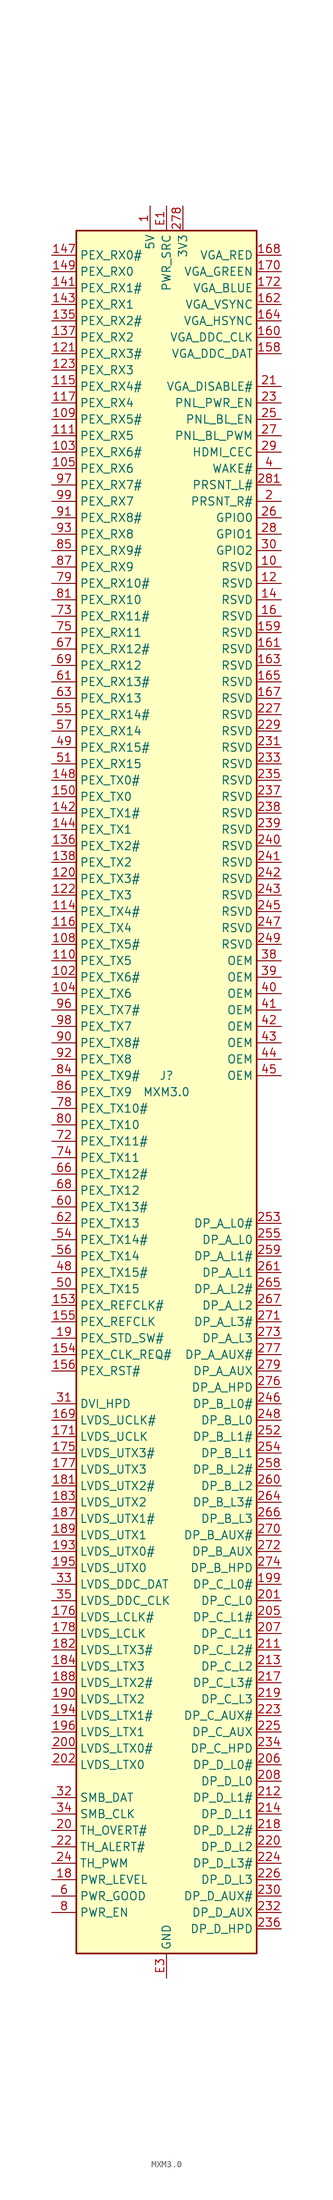
<source format=kicad_sym>
(kicad_symbol_lib
  (version 20241209)
  (generator "kicad_symbol_editor")
  (generator_version "9.0")
  (symbol "MXM3.0"
    (property "Reference" "J"
      (at 0 2.54 0)
      (effects (font (size 1.27 1.27))))
    (property "Value" "MXM3.0"
      (at 0 0 0)
      (effects (font (size 1.27 1.27))))
    (symbol "MXM3.0_1_1"
      (rectangle (start -13.97 133.35) (end 13.97 -133.35) (stroke (width 0.254) (type default)) (fill (type background)))
      (pin output line (at -17.78 129.54 0) (length 3.81) (name "PEX_RX0#" (effects (font (size 1.27 1.27)))) (number "147" (effects (font (size 1.27 1.27)))))
      (pin output line (at -17.78 127 0) (length 3.81) (name "PEX_RX0" (effects (font (size 1.27 1.27)))) (number "149" (effects (font (size 1.27 1.27)))))
      (pin output line (at -17.78 124.46 0) (length 3.81) (name "PEX_RX1#" (effects (font (size 1.27 1.27)))) (number "141" (effects (font (size 1.27 1.27)))))
      (pin output line (at -17.78 121.92 0) (length 3.81) (name "PEX_RX1" (effects (font (size 1.27 1.27)))) (number "143" (effects (font (size 1.27 1.27)))))
      (pin output line (at -17.78 119.38 0) (length 3.81) (name "PEX_RX2#" (effects (font (size 1.27 1.27)))) (number "135" (effects (font (size 1.27 1.27)))))
      (pin output line (at -17.78 116.84 0) (length 3.81) (name "PEX_RX2" (effects (font (size 1.27 1.27)))) (number "137" (effects (font (size 1.27 1.27)))))
      (pin output line (at -17.78 114.3 0) (length 3.81) (name "PEX_RX3#" (effects (font (size 1.27 1.27)))) (number "121" (effects (font (size 1.27 1.27)))))
      (pin output line (at -17.78 111.76 0) (length 3.81) (name "PEX_RX3" (effects (font (size 1.27 1.27)))) (number "123" (effects (font (size 1.27 1.27)))))
      (pin output line (at -17.78 109.22 0) (length 3.81) (name "PEX_RX4#" (effects (font (size 1.27 1.27)))) (number "115" (effects (font (size 1.27 1.27)))))
      (pin output line (at -17.78 106.68 0) (length 3.81) (name "PEX_RX4" (effects (font (size 1.27 1.27)))) (number "117" (effects (font (size 1.27 1.27)))))
      (pin output line (at -17.78 104.14 0) (length 3.81) (name "PEX_RX5#" (effects (font (size 1.27 1.27)))) (number "109" (effects (font (size 1.27 1.27)))))
      (pin output line (at -17.78 101.6 0) (length 3.81) (name "PEX_RX5" (effects (font (size 1.27 1.27)))) (number "111" (effects (font (size 1.27 1.27)))))
      (pin output line (at -17.78 99.06 0) (length 3.81) (name "PEX_RX6#" (effects (font (size 1.27 1.27)))) (number "103" (effects (font (size 1.27 1.27)))))
      (pin output line (at -17.78 96.52 0) (length 3.81) (name "PEX_RX6" (effects (font (size 1.27 1.27)))) (number "105" (effects (font (size 1.27 1.27)))))
      (pin output line (at -17.78 93.98 0) (length 3.81) (name "PEX_RX7#" (effects (font (size 1.27 1.27)))) (number "97" (effects (font (size 1.27 1.27)))))
      (pin output line (at -17.78 91.44 0) (length 3.81) (name "PEX_RX7" (effects (font (size 1.27 1.27)))) (number "99" (effects (font (size 1.27 1.27)))))
      (pin output line (at -17.78 88.9 0) (length 3.81) (name "PEX_RX8#" (effects (font (size 1.27 1.27)))) (number "91" (effects (font (size 1.27 1.27)))))
      (pin output line (at -17.78 86.36 0) (length 3.81) (name "PEX_RX8" (effects (font (size 1.27 1.27)))) (number "93" (effects (font (size 1.27 1.27)))))
      (pin output line (at -17.78 83.82 0) (length 3.81) (name "PEX_RX9#" (effects (font (size 1.27 1.27)))) (number "85" (effects (font (size 1.27 1.27)))))
      (pin output line (at -17.78 81.28 0) (length 3.81) (name "PEX_RX9" (effects (font (size 1.27 1.27)))) (number "87" (effects (font (size 1.27 1.27)))))
      (pin output line (at -17.78 78.74 0) (length 3.81) (name "PEX_RX10#" (effects (font (size 1.27 1.27)))) (number "79" (effects (font (size 1.27 1.27)))))
      (pin output line (at -17.78 76.2 0) (length 3.81) (name "PEX_RX10" (effects (font (size 1.27 1.27)))) (number "81" (effects (font (size 1.27 1.27)))))
      (pin output line (at -17.78 73.66 0) (length 3.81) (name "PEX_RX11#" (effects (font (size 1.27 1.27)))) (number "73" (effects (font (size 1.27 1.27)))))
      (pin output line (at -17.78 71.12 0) (length 3.81) (name "PEX_RX11" (effects (font (size 1.27 1.27)))) (number "75" (effects (font (size 1.27 1.27)))))
      (pin output line (at -17.78 68.58 0) (length 3.81) (name "PEX_RX12#" (effects (font (size 1.27 1.27)))) (number "67" (effects (font (size 1.27 1.27)))))
      (pin output line (at -17.78 66.04 0) (length 3.81) (name "PEX_RX12" (effects (font (size 1.27 1.27)))) (number "69" (effects (font (size 1.27 1.27)))))
      (pin output line (at -17.78 63.5 0) (length 3.81) (name "PEX_RX13#" (effects (font (size 1.27 1.27)))) (number "61" (effects (font (size 1.27 1.27)))))
      (pin output line (at -17.78 60.96 0) (length 3.81) (name "PEX_RX13" (effects (font (size 1.27 1.27)))) (number "63" (effects (font (size 1.27 1.27)))))
      (pin output line (at -17.78 58.42 0) (length 3.81) (name "PEX_RX14#" (effects (font (size 1.27 1.27)))) (number "55" (effects (font (size 1.27 1.27)))))
      (pin output line (at -17.78 55.88 0) (length 3.81) (name "PEX_RX14" (effects (font (size 1.27 1.27)))) (number "57" (effects (font (size 1.27 1.27)))))
      (pin output line (at -17.78 53.34 0) (length 3.81) (name "PEX_RX15#" (effects (font (size 1.27 1.27)))) (number "49" (effects (font (size 1.27 1.27)))))
      (pin output line (at -17.78 50.8 0) (length 3.81) (name "PEX_RX15" (effects (font (size 1.27 1.27)))) (number "51" (effects (font (size 1.27 1.27)))))
      (pin input line (at -17.78 48.26 0) (length 3.81) (name "PEX_TX0#" (effects (font (size 1.27 1.27)))) (number "148" (effects (font (size 1.27 1.27)))))
      (pin input line (at -17.78 45.72 0) (length 3.81) (name "PEX_TX0" (effects (font (size 1.27 1.27)))) (number "150" (effects (font (size 1.27 1.27)))))
      (pin input line (at -17.78 43.18 0) (length 3.81) (name "PEX_TX1#" (effects (font (size 1.27 1.27)))) (number "142" (effects (font (size 1.27 1.27)))))
      (pin input line (at -17.78 40.64 0) (length 3.81) (name "PEX_TX1" (effects (font (size 1.27 1.27)))) (number "144" (effects (font (size 1.27 1.27)))))
      (pin input line (at -17.78 38.1 0) (length 3.81) (name "PEX_TX2#" (effects (font (size 1.27 1.27)))) (number "136" (effects (font (size 1.27 1.27)))))
      (pin input line (at -17.78 35.56 0) (length 3.81) (name "PEX_TX2" (effects (font (size 1.27 1.27)))) (number "138" (effects (font (size 1.27 1.27)))))
      (pin input line (at -17.78 33.02 0) (length 3.81) (name "PEX_TX3#" (effects (font (size 1.27 1.27)))) (number "120" (effects (font (size 1.27 1.27)))))
      (pin input line (at -17.78 30.48 0) (length 3.81) (name "PEX_TX3" (effects (font (size 1.27 1.27)))) (number "122" (effects (font (size 1.27 1.27)))))
      (pin input line (at -17.78 27.94 0) (length 3.81) (name "PEX_TX4#" (effects (font (size 1.27 1.27)))) (number "114" (effects (font (size 1.27 1.27)))))
      (pin input line (at -17.78 25.4 0) (length 3.81) (name "PEX_TX4" (effects (font (size 1.27 1.27)))) (number "116" (effects (font (size 1.27 1.27)))))
      (pin input line (at -17.78 22.86 0) (length 3.81) (name "PEX_TX5#" (effects (font (size 1.27 1.27)))) (number "108" (effects (font (size 1.27 1.27)))))
      (pin input line (at -17.78 20.32 0) (length 3.81) (name "PEX_TX5" (effects (font (size 1.27 1.27)))) (number "110" (effects (font (size 1.27 1.27)))))
      (pin input line (at -17.78 17.78 0) (length 3.81) (name "PEX_TX6#" (effects (font (size 1.27 1.27)))) (number "102" (effects (font (size 1.27 1.27)))))
      (pin input line (at -17.78 15.24 0) (length 3.81) (name "PEX_TX6" (effects (font (size 1.27 1.27)))) (number "104" (effects (font (size 1.27 1.27)))))
      (pin input line (at -17.78 12.7 0) (length 3.81) (name "PEX_TX7#" (effects (font (size 1.27 1.27)))) (number "96" (effects (font (size 1.27 1.27)))))
      (pin input line (at -17.78 10.16 0) (length 3.81) (name "PEX_TX7" (effects (font (size 1.27 1.27)))) (number "98" (effects (font (size 1.27 1.27)))))
      (pin input line (at -17.78 7.62 0) (length 3.81) (name "PEX_TX8#" (effects (font (size 1.27 1.27)))) (number "90" (effects (font (size 1.27 1.27)))))
      (pin input line (at -17.78 5.08 0) (length 3.81) (name "PEX_TX8" (effects (font (size 1.27 1.27)))) (number "92" (effects (font (size 1.27 1.27)))))
      (pin input line (at -17.78 2.54 0) (length 3.81) (name "PEX_TX9#" (effects (font (size 1.27 1.27)))) (number "84" (effects (font (size 1.27 1.27)))))
      (pin input line (at -17.78 0 0) (length 3.81) (name "PEX_TX9" (effects (font (size 1.27 1.27)))) (number "86" (effects (font (size 1.27 1.27)))))
      (pin input line (at -17.78 -2.54 0) (length 3.81) (name "PEX_TX10#" (effects (font (size 1.27 1.27)))) (number "78" (effects (font (size 1.27 1.27)))))
      (pin input line (at -17.78 -5.08 0) (length 3.81) (name "PEX_TX10" (effects (font (size 1.27 1.27)))) (number "80" (effects (font (size 1.27 1.27)))))
      (pin input line (at -17.78 -7.62 0) (length 3.81) (name "PEX_TX11#" (effects (font (size 1.27 1.27)))) (number "72" (effects (font (size 1.27 1.27)))))
      (pin input line (at -17.78 -10.16 0) (length 3.81) (name "PEX_TX11" (effects (font (size 1.27 1.27)))) (number "74" (effects (font (size 1.27 1.27)))))
      (pin input line (at -17.78 -12.7 0) (length 3.81) (name "PEX_TX12#" (effects (font (size 1.27 1.27)))) (number "66" (effects (font (size 1.27 1.27)))))
      (pin input line (at -17.78 -15.24 0) (length 3.81) (name "PEX_TX12" (effects (font (size 1.27 1.27)))) (number "68" (effects (font (size 1.27 1.27)))))
      (pin input line (at -17.78 -17.78 0) (length 3.81) (name "PEX_TX13#" (effects (font (size 1.27 1.27)))) (number "60" (effects (font (size 1.27 1.27)))))
      (pin input line (at -17.78 -20.32 0) (length 3.81) (name "PEX_TX13" (effects (font (size 1.27 1.27)))) (number "62" (effects (font (size 1.27 1.27)))))
      (pin input line (at -17.78 -22.86 0) (length 3.81) (name "PEX_TX14#" (effects (font (size 1.27 1.27)))) (number "54" (effects (font (size 1.27 1.27)))))
      (pin input line (at -17.78 -25.4 0) (length 3.81) (name "PEX_TX14" (effects (font (size 1.27 1.27)))) (number "56" (effects (font (size 1.27 1.27)))))
      (pin input line (at -17.78 -27.94 0) (length 3.81) (name "PEX_TX15#" (effects (font (size 1.27 1.27)))) (number "48" (effects (font (size 1.27 1.27)))))
      (pin input line (at -17.78 -30.48 0) (length 3.81) (name "PEX_TX15" (effects (font (size 1.27 1.27)))) (number "50" (effects (font (size 1.27 1.27)))))
      (pin input line (at -17.78 -33.02 0) (length 3.81) (name "PEX_REFCLK#" (effects (font (size 1.27 1.27)))) (number "153" (effects (font (size 1.27 1.27)))))
      (pin input line (at -17.78 -35.56 0) (length 3.81) (name "PEX_REFCLK" (effects (font (size 1.27 1.27)))) (number "155" (effects (font (size 1.27 1.27)))))
      (pin input line (at -17.78 -38.1 0) (length 3.81) (name "PEX_STD_SW#" (effects (font (size 1.27 1.27)))) (number "19" (effects (font (size 1.27 1.27)))))
      (pin output line (at -17.78 -40.64 0) (length 3.81) (name "PEX_CLK_REQ#" (effects (font (size 1.27 1.27)))) (number "154" (effects (font (size 1.27 1.27)))))
      (pin input line (at -17.78 -43.18 0) (length 3.81) (name "PEX_RST#" (effects (font (size 1.27 1.27)))) (number "156" (effects (font (size 1.27 1.27)))))
      (pin input line (at -17.78 -48.26 0) (length 3.81) (name "DVI_HPD" (effects (font (size 1.27 1.27)))) (number "31" (effects (font (size 1.27 1.27)))))
      (pin output line (at -17.78 -50.8 0) (length 3.81) (name "LVDS_UCLK#" (effects (font (size 1.27 1.27)))) (number "169" (effects (font (size 1.27 1.27)))))
      (pin output line (at -17.78 -53.34 0) (length 3.81) (name "LVDS_UCLK" (effects (font (size 1.27 1.27)))) (number "171" (effects (font (size 1.27 1.27)))))
      (pin output line (at -17.78 -55.88 0) (length 3.81) (name "LVDS_UTX3#" (effects (font (size 1.27 1.27)))) (number "175" (effects (font (size 1.27 1.27)))))
      (pin output line (at -17.78 -58.42 0) (length 3.81) (name "LVDS_UTX3" (effects (font (size 1.27 1.27)))) (number "177" (effects (font (size 1.27 1.27)))))
      (pin output line (at -17.78 -60.96 0) (length 3.81) (name "LVDS_UTX2#" (effects (font (size 1.27 1.27)))) (number "181" (effects (font (size 1.27 1.27)))))
      (pin output line (at -17.78 -63.5 0) (length 3.81) (name "LVDS_UTX2" (effects (font (size 1.27 1.27)))) (number "183" (effects (font (size 1.27 1.27)))))
      (pin output line (at -17.78 -66.04 0) (length 3.81) (name "LVDS_UTX1#" (effects (font (size 1.27 1.27)))) (number "187" (effects (font (size 1.27 1.27)))))
      (pin output line (at -17.78 -68.58 0) (length 3.81) (name "LVDS_UTX1" (effects (font (size 1.27 1.27)))) (number "189" (effects (font (size 1.27 1.27)))))
      (pin output line (at -17.78 -71.12 0) (length 3.81) (name "LVDS_UTX0#" (effects (font (size 1.27 1.27)))) (number "193" (effects (font (size 1.27 1.27)))))
      (pin output line (at -17.78 -73.66 0) (length 3.81) (name "LVDS_UTX0" (effects (font (size 1.27 1.27)))) (number "195" (effects (font (size 1.27 1.27)))))
      (pin bidirectional line (at -17.78 -76.2 0) (length 3.81) (name "LVDS_DDC_DAT" (effects (font (size 1.27 1.27)))) (number "33" (effects (font (size 1.27 1.27)))))
      (pin output line (at -17.78 -78.74 0) (length 3.81) (name "LVDS_DDC_CLK" (effects (font (size 1.27 1.27)))) (number "35" (effects (font (size 1.27 1.27)))))
      (pin output line (at -17.78 -81.28 0) (length 3.81) (name "LVDS_LCLK#" (effects (font (size 1.27 1.27)))) (number "176" (effects (font (size 1.27 1.27)))))
      (pin output line (at -17.78 -83.82 0) (length 3.81) (name "LVDS_LCLK" (effects (font (size 1.27 1.27)))) (number "178" (effects (font (size 1.27 1.27)))))
      (pin output line (at -17.78 -86.36 0) (length 3.81) (name "LVDS_LTX3#" (effects (font (size 1.27 1.27)))) (number "182" (effects (font (size 1.27 1.27)))))
      (pin output line (at -17.78 -88.9 0) (length 3.81) (name "LVDS_LTX3" (effects (font (size 1.27 1.27)))) (number "184" (effects (font (size 1.27 1.27)))))
      (pin output line (at -17.78 -91.44 0) (length 3.81) (name "LVDS_LTX2#" (effects (font (size 1.27 1.27)))) (number "188" (effects (font (size 1.27 1.27)))))
      (pin output line (at -17.78 -93.98 0) (length 3.81) (name "LVDS_LTX2" (effects (font (size 1.27 1.27)))) (number "190" (effects (font (size 1.27 1.27)))))
      (pin output line (at -17.78 -96.52 0) (length 3.81) (name "LVDS_LTX1#" (effects (font (size 1.27 1.27)))) (number "194" (effects (font (size 1.27 1.27)))))
      (pin output line (at -17.78 -99.06 0) (length 3.81) (name "LVDS_LTX1" (effects (font (size 1.27 1.27)))) (number "196" (effects (font (size 1.27 1.27)))))
      (pin output line (at -17.78 -101.6 0) (length 3.81) (name "LVDS_LTX0#" (effects (font (size 1.27 1.27)))) (number "200" (effects (font (size 1.27 1.27)))))
      (pin output line (at -17.78 -104.14 0) (length 3.81) (name "LVDS_LTX0" (effects (font (size 1.27 1.27)))) (number "202" (effects (font (size 1.27 1.27)))))
      (pin bidirectional line (at -17.78 -109.22 0) (length 3.81) (name "SMB_DAT" (effects (font (size 1.27 1.27)))) (number "32" (effects (font (size 1.27 1.27)))))
      (pin input line (at -17.78 -111.76 0) (length 3.81) (name "SMB_CLK" (effects (font (size 1.27 1.27)))) (number "34" (effects (font (size 1.27 1.27)))))
      (pin output line (at -17.78 -114.3 0) (length 3.81) (name "TH_OVERT#" (effects (font (size 1.27 1.27)))) (number "20" (effects (font (size 1.27 1.27)))))
      (pin bidirectional line (at -17.78 -116.84 0) (length 3.81) (name "TH_ALERT#" (effects (font (size 1.27 1.27)))) (number "22" (effects (font (size 1.27 1.27)))))
      (pin output line (at -17.78 -119.38 0) (length 3.81) (name "TH_PWM" (effects (font (size 1.27 1.27)))) (number "24" (effects (font (size 1.27 1.27)))))
      (pin input line (at -17.78 -121.92 0) (length 3.81) (name "PWR_LEVEL" (effects (font (size 1.27 1.27)))) (number "18" (effects (font (size 1.27 1.27)))))
      (pin output line (at -17.78 -124.46 0) (length 3.81) (name "PWR_GOOD" (effects (font (size 1.27 1.27)))) (number "6" (effects (font (size 1.27 1.27)))))
      (pin input line (at -17.78 -127 0) (length 3.81) (name "PWR_EN" (effects (font (size 1.27 1.27)))) (number "8" (effects (font (size 1.27 1.27)))))
      (pin power_in line (at -2.54 137.16 270) (length 3.81) (name "5V" (effects (font (size 1.27 1.27)))) (number "1" (effects (font (size 1.27 1.27)))))
      (pin passive line (at -2.54 137.16 270) (length 3.81) (hide yes) (name "5V" (effects (font (size 1.27 1.27)))) (number "3" (effects (font (size 1.27 1.27)))))
      (pin passive line (at -2.54 137.16 270) (length 3.81) (hide yes) (name "5V" (effects (font (size 1.27 1.27)))) (number "5" (effects (font (size 1.27 1.27)))))
      (pin passive line (at -2.54 137.16 270) (length 3.81) (hide yes) (name "5V" (effects (font (size 1.27 1.27)))) (number "7" (effects (font (size 1.27 1.27)))))
      (pin passive line (at -2.54 137.16 270) (length 3.81) (hide yes) (name "5V" (effects (font (size 1.27 1.27)))) (number "9" (effects (font (size 1.27 1.27)))))
      (pin power_in line (at 0 137.16 270) (length 3.81) (name "PWR_SRC" (effects (font (size 1.27 1.27)))) (number "E1" (effects (font (size 1.27 1.27)))))
      (pin passive line (at 0 137.16 270) (length 3.81) (hide yes) (name "PWR_SRC" (effects (font (size 1.27 1.27)))) (number "E2" (effects (font (size 1.27 1.27)))))
      (pin passive line (at 0 -137.16 90) (length 3.81) (hide yes) (name "GND" (effects (font (size 1.27 1.27)))) (number "100" (effects (font (size 1.27 1.27)))))
      (pin passive line (at 0 -137.16 90) (length 3.81) (hide yes) (name "GND" (effects (font (size 1.27 1.27)))) (number "101" (effects (font (size 1.27 1.27)))))
      (pin passive line (at 0 -137.16 90) (length 3.81) (hide yes) (name "GND" (effects (font (size 1.27 1.27)))) (number "106" (effects (font (size 1.27 1.27)))))
      (pin passive line (at 0 -137.16 90) (length 3.81) (hide yes) (name "GND" (effects (font (size 1.27 1.27)))) (number "107" (effects (font (size 1.27 1.27)))))
      (pin passive line (at 0 -137.16 90) (length 3.81) (hide yes) (name "GND" (effects (font (size 1.27 1.27)))) (number "11" (effects (font (size 1.27 1.27)))))
      (pin passive line (at 0 -137.16 90) (length 3.81) (hide yes) (name "GND" (effects (font (size 1.27 1.27)))) (number "112" (effects (font (size 1.27 1.27)))))
      (pin passive line (at 0 -137.16 90) (length 3.81) (hide yes) (name "GND" (effects (font (size 1.27 1.27)))) (number "113" (effects (font (size 1.27 1.27)))))
      (pin passive line (at 0 -137.16 90) (length 3.81) (hide yes) (name "GND" (effects (font (size 1.27 1.27)))) (number "118" (effects (font (size 1.27 1.27)))))
      (pin passive line (at 0 -137.16 90) (length 3.81) (hide yes) (name "GND" (effects (font (size 1.27 1.27)))) (number "119" (effects (font (size 1.27 1.27)))))
      (pin passive line (at 0 -137.16 90) (length 3.81) (hide yes) (name "GND" (effects (font (size 1.27 1.27)))) (number "124" (effects (font (size 1.27 1.27)))))
      (pin passive line (at 0 -137.16 90) (length 3.81) (hide yes) (name "GND" (effects (font (size 1.27 1.27)))) (number "125" (effects (font (size 1.27 1.27)))))
      (pin passive line (at 0 -137.16 90) (length 3.81) (hide yes) (name "GND" (effects (font (size 1.27 1.27)))) (number "13" (effects (font (size 1.27 1.27)))))
      (pin passive line (at 0 -137.16 90) (length 3.81) (hide yes) (name "GND" (effects (font (size 1.27 1.27)))) (number "133" (effects (font (size 1.27 1.27)))))
      (pin passive line (at 0 -137.16 90) (length 3.81) (hide yes) (name "GND" (effects (font (size 1.27 1.27)))) (number "134" (effects (font (size 1.27 1.27)))))
      (pin passive line (at 0 -137.16 90) (length 3.81) (hide yes) (name "GND" (effects (font (size 1.27 1.27)))) (number "139" (effects (font (size 1.27 1.27)))))
      (pin passive line (at 0 -137.16 90) (length 3.81) (hide yes) (name "GND" (effects (font (size 1.27 1.27)))) (number "140" (effects (font (size 1.27 1.27)))))
      (pin passive line (at 0 -137.16 90) (length 3.81) (hide yes) (name "GND" (effects (font (size 1.27 1.27)))) (number "145" (effects (font (size 1.27 1.27)))))
      (pin passive line (at 0 -137.16 90) (length 3.81) (hide yes) (name "GND" (effects (font (size 1.27 1.27)))) (number "146" (effects (font (size 1.27 1.27)))))
      (pin passive line (at 0 -137.16 90) (length 3.81) (hide yes) (name "GND" (effects (font (size 1.27 1.27)))) (number "15" (effects (font (size 1.27 1.27)))))
      (pin passive line (at 0 -137.16 90) (length 3.81) (hide yes) (name "GND" (effects (font (size 1.27 1.27)))) (number "151" (effects (font (size 1.27 1.27)))))
      (pin passive line (at 0 -137.16 90) (length 3.81) (hide yes) (name "GND" (effects (font (size 1.27 1.27)))) (number "152" (effects (font (size 1.27 1.27)))))
      (pin passive line (at 0 -137.16 90) (length 3.81) (hide yes) (name "GND" (effects (font (size 1.27 1.27)))) (number "157" (effects (font (size 1.27 1.27)))))
      (pin passive line (at 0 -137.16 90) (length 3.81) (hide yes) (name "GND" (effects (font (size 1.27 1.27)))) (number "166" (effects (font (size 1.27 1.27)))))
      (pin passive line (at 0 -137.16 90) (length 3.81) (hide yes) (name "GND" (effects (font (size 1.27 1.27)))) (number "17" (effects (font (size 1.27 1.27)))))
      (pin passive line (at 0 -137.16 90) (length 3.81) (hide yes) (name "GND" (effects (font (size 1.27 1.27)))) (number "173" (effects (font (size 1.27 1.27)))))
      (pin passive line (at 0 -137.16 90) (length 3.81) (hide yes) (name "GND" (effects (font (size 1.27 1.27)))) (number "174" (effects (font (size 1.27 1.27)))))
      (pin passive line (at 0 -137.16 90) (length 3.81) (hide yes) (name "GND" (effects (font (size 1.27 1.27)))) (number "179" (effects (font (size 1.27 1.27)))))
      (pin passive line (at 0 -137.16 90) (length 3.81) (hide yes) (name "GND" (effects (font (size 1.27 1.27)))) (number "180" (effects (font (size 1.27 1.27)))))
      (pin passive line (at 0 -137.16 90) (length 3.81) (hide yes) (name "GND" (effects (font (size 1.27 1.27)))) (number "185" (effects (font (size 1.27 1.27)))))
      (pin passive line (at 0 -137.16 90) (length 3.81) (hide yes) (name "GND" (effects (font (size 1.27 1.27)))) (number "186" (effects (font (size 1.27 1.27)))))
      (pin passive line (at 0 -137.16 90) (length 3.81) (hide yes) (name "GND" (effects (font (size 1.27 1.27)))) (number "191" (effects (font (size 1.27 1.27)))))
      (pin passive line (at 0 -137.16 90) (length 3.81) (hide yes) (name "GND" (effects (font (size 1.27 1.27)))) (number "192" (effects (font (size 1.27 1.27)))))
      (pin passive line (at 0 -137.16 90) (length 3.81) (hide yes) (name "GND" (effects (font (size 1.27 1.27)))) (number "197" (effects (font (size 1.27 1.27)))))
      (pin passive line (at 0 -137.16 90) (length 3.81) (hide yes) (name "GND" (effects (font (size 1.27 1.27)))) (number "198" (effects (font (size 1.27 1.27)))))
      (pin passive line (at 0 -137.16 90) (length 3.81) (hide yes) (name "GND" (effects (font (size 1.27 1.27)))) (number "203" (effects (font (size 1.27 1.27)))))
      (pin passive line (at 0 -137.16 90) (length 3.81) (hide yes) (name "GND" (effects (font (size 1.27 1.27)))) (number "204" (effects (font (size 1.27 1.27)))))
      (pin passive line (at 0 -137.16 90) (length 3.81) (hide yes) (name "GND" (effects (font (size 1.27 1.27)))) (number "209" (effects (font (size 1.27 1.27)))))
      (pin passive line (at 0 -137.16 90) (length 3.81) (hide yes) (name "GND" (effects (font (size 1.27 1.27)))) (number "210" (effects (font (size 1.27 1.27)))))
      (pin passive line (at 0 -137.16 90) (length 3.81) (hide yes) (name "GND" (effects (font (size 1.27 1.27)))) (number "215" (effects (font (size 1.27 1.27)))))
      (pin passive line (at 0 -137.16 90) (length 3.81) (hide yes) (name "GND" (effects (font (size 1.27 1.27)))) (number "216" (effects (font (size 1.27 1.27)))))
      (pin passive line (at 0 -137.16 90) (length 3.81) (hide yes) (name "GND" (effects (font (size 1.27 1.27)))) (number "221" (effects (font (size 1.27 1.27)))))
      (pin passive line (at 0 -137.16 90) (length 3.81) (hide yes) (name "GND" (effects (font (size 1.27 1.27)))) (number "222" (effects (font (size 1.27 1.27)))))
      (pin passive line (at 0 -137.16 90) (length 3.81) (hide yes) (name "GND" (effects (font (size 1.27 1.27)))) (number "228" (effects (font (size 1.27 1.27)))))
      (pin passive line (at 0 -137.16 90) (length 3.81) (hide yes) (name "GND" (effects (font (size 1.27 1.27)))) (number "244" (effects (font (size 1.27 1.27)))))
      (pin passive line (at 0 -137.16 90) (length 3.81) (hide yes) (name "GND" (effects (font (size 1.27 1.27)))) (number "250" (effects (font (size 1.27 1.27)))))
      (pin passive line (at 0 -137.16 90) (length 3.81) (hide yes) (name "GND" (effects (font (size 1.27 1.27)))) (number "251" (effects (font (size 1.27 1.27)))))
      (pin passive line (at 0 -137.16 90) (length 3.81) (hide yes) (name "GND" (effects (font (size 1.27 1.27)))) (number "256" (effects (font (size 1.27 1.27)))))
      (pin passive line (at 0 -137.16 90) (length 3.81) (hide yes) (name "GND" (effects (font (size 1.27 1.27)))) (number "257" (effects (font (size 1.27 1.27)))))
      (pin passive line (at 0 -137.16 90) (length 3.81) (hide yes) (name "GND" (effects (font (size 1.27 1.27)))) (number "262" (effects (font (size 1.27 1.27)))))
      (pin passive line (at 0 -137.16 90) (length 3.81) (hide yes) (name "GND" (effects (font (size 1.27 1.27)))) (number "263" (effects (font (size 1.27 1.27)))))
      (pin passive line (at 0 -137.16 90) (length 3.81) (hide yes) (name "GND" (effects (font (size 1.27 1.27)))) (number "268" (effects (font (size 1.27 1.27)))))
      (pin passive line (at 0 -137.16 90) (length 3.81) (hide yes) (name "GND" (effects (font (size 1.27 1.27)))) (number "269" (effects (font (size 1.27 1.27)))))
      (pin passive line (at 0 -137.16 90) (length 3.81) (hide yes) (name "GND" (effects (font (size 1.27 1.27)))) (number "275" (effects (font (size 1.27 1.27)))))
      (pin passive line (at 0 -137.16 90) (length 3.81) (hide yes) (name "GND" (effects (font (size 1.27 1.27)))) (number "36" (effects (font (size 1.27 1.27)))))
      (pin passive line (at 0 -137.16 90) (length 3.81) (hide yes) (name "GND" (effects (font (size 1.27 1.27)))) (number "37" (effects (font (size 1.27 1.27)))))
      (pin passive line (at 0 -137.16 90) (length 3.81) (hide yes) (name "GND" (effects (font (size 1.27 1.27)))) (number "46" (effects (font (size 1.27 1.27)))))
      (pin passive line (at 0 -137.16 90) (length 3.81) (hide yes) (name "GND" (effects (font (size 1.27 1.27)))) (number "47" (effects (font (size 1.27 1.27)))))
      (pin passive line (at 0 -137.16 90) (length 3.81) (hide yes) (name "GND" (effects (font (size 1.27 1.27)))) (number "52" (effects (font (size 1.27 1.27)))))
      (pin passive line (at 0 -137.16 90) (length 3.81) (hide yes) (name "GND" (effects (font (size 1.27 1.27)))) (number "53" (effects (font (size 1.27 1.27)))))
      (pin passive line (at 0 -137.16 90) (length 3.81) (hide yes) (name "GND" (effects (font (size 1.27 1.27)))) (number "58" (effects (font (size 1.27 1.27)))))
      (pin passive line (at 0 -137.16 90) (length 3.81) (hide yes) (name "GND" (effects (font (size 1.27 1.27)))) (number "59" (effects (font (size 1.27 1.27)))))
      (pin passive line (at 0 -137.16 90) (length 3.81) (hide yes) (name "GND" (effects (font (size 1.27 1.27)))) (number "64" (effects (font (size 1.27 1.27)))))
      (pin passive line (at 0 -137.16 90) (length 3.81) (hide yes) (name "GND" (effects (font (size 1.27 1.27)))) (number "65" (effects (font (size 1.27 1.27)))))
      (pin passive line (at 0 -137.16 90) (length 3.81) (hide yes) (name "GND" (effects (font (size 1.27 1.27)))) (number "70" (effects (font (size 1.27 1.27)))))
      (pin passive line (at 0 -137.16 90) (length 3.81) (hide yes) (name "GND" (effects (font (size 1.27 1.27)))) (number "71" (effects (font (size 1.27 1.27)))))
      (pin passive line (at 0 -137.16 90) (length 3.81) (hide yes) (name "GND" (effects (font (size 1.27 1.27)))) (number "76" (effects (font (size 1.27 1.27)))))
      (pin passive line (at 0 -137.16 90) (length 3.81) (hide yes) (name "GND" (effects (font (size 1.27 1.27)))) (number "77" (effects (font (size 1.27 1.27)))))
      (pin passive line (at 0 -137.16 90) (length 3.81) (hide yes) (name "GND" (effects (font (size 1.27 1.27)))) (number "82" (effects (font (size 1.27 1.27)))))
      (pin passive line (at 0 -137.16 90) (length 3.81) (hide yes) (name "GND" (effects (font (size 1.27 1.27)))) (number "83" (effects (font (size 1.27 1.27)))))
      (pin passive line (at 0 -137.16 90) (length 3.81) (hide yes) (name "GND" (effects (font (size 1.27 1.27)))) (number "88" (effects (font (size 1.27 1.27)))))
      (pin passive line (at 0 -137.16 90) (length 3.81) (hide yes) (name "GND" (effects (font (size 1.27 1.27)))) (number "89" (effects (font (size 1.27 1.27)))))
      (pin passive line (at 0 -137.16 90) (length 3.81) (hide yes) (name "GND" (effects (font (size 1.27 1.27)))) (number "94" (effects (font (size 1.27 1.27)))))
      (pin passive line (at 0 -137.16 90) (length 3.81) (hide yes) (name "GND" (effects (font (size 1.27 1.27)))) (number "95" (effects (font (size 1.27 1.27)))))
      (pin power_in line (at 0 -137.16 90) (length 3.81) (name "GND" (effects (font (size 1.27 1.27)))) (number "E3" (effects (font (size 1.27 1.27)))))
      (pin passive line (at 0 -137.16 90) (length 3.81) (hide yes) (name "GND" (effects (font (size 1.27 1.27)))) (number "E4" (effects (font (size 1.27 1.27)))))
      (pin power_in line (at 2.54 137.16 270) (length 3.81) (name "3V3" (effects (font (size 1.27 1.27)))) (number "278" (effects (font (size 1.27 1.27)))))
      (pin passive line (at 2.54 137.16 270) (length 3.81) (hide yes) (name "3V3" (effects (font (size 1.27 1.27)))) (number "280" (effects (font (size 1.27 1.27)))))
      (pin output line (at 17.78 129.54 180) (length 3.81) (name "VGA_RED" (effects (font (size 1.27 1.27)))) (number "168" (effects (font (size 1.27 1.27)))))
      (pin output line (at 17.78 127 180) (length 3.81) (name "VGA_GREEN" (effects (font (size 1.27 1.27)))) (number "170" (effects (font (size 1.27 1.27)))))
      (pin output line (at 17.78 124.46 180) (length 3.81) (name "VGA_BLUE" (effects (font (size 1.27 1.27)))) (number "172" (effects (font (size 1.27 1.27)))))
      (pin output line (at 17.78 121.92 180) (length 3.81) (name "VGA_VSYNC" (effects (font (size 1.27 1.27)))) (number "162" (effects (font (size 1.27 1.27)))))
      (pin output line (at 17.78 119.38 180) (length 3.81) (name "VGA_HSYNC" (effects (font (size 1.27 1.27)))) (number "164" (effects (font (size 1.27 1.27)))))
      (pin output line (at 17.78 116.84 180) (length 3.81) (name "VGA_DDC_CLK" (effects (font (size 1.27 1.27)))) (number "160" (effects (font (size 1.27 1.27)))))
      (pin bidirectional line (at 17.78 114.3 180) (length 3.81) (name "VGA_DDC_DAT" (effects (font (size 1.27 1.27)))) (number "158" (effects (font (size 1.27 1.27)))))
      (pin input line (at 17.78 109.22 180) (length 3.81) (name "VGA_DISABLE#" (effects (font (size 1.27 1.27)))) (number "21" (effects (font (size 1.27 1.27)))))
      (pin output line (at 17.78 106.68 180) (length 3.81) (name "PNL_PWR_EN" (effects (font (size 1.27 1.27)))) (number "23" (effects (font (size 1.27 1.27)))))
      (pin output line (at 17.78 104.14 180) (length 3.81) (name "PNL_BL_EN" (effects (font (size 1.27 1.27)))) (number "25" (effects (font (size 1.27 1.27)))))
      (pin output line (at 17.78 101.6 180) (length 3.81) (name "PNL_BL_PWM" (effects (font (size 1.27 1.27)))) (number "27" (effects (font (size 1.27 1.27)))))
      (pin bidirectional line (at 17.78 99.06 180) (length 3.81) (name "HDMI_CEC" (effects (font (size 1.27 1.27)))) (number "29" (effects (font (size 1.27 1.27)))))
      (pin output line (at 17.78 96.52 180) (length 3.81) (name "WAKE#" (effects (font (size 1.27 1.27)))) (number "4" (effects (font (size 1.27 1.27)))))
      (pin output line (at 17.78 93.98 180) (length 3.81) (name "PRSNT_L#" (effects (font (size 1.27 1.27)))) (number "281" (effects (font (size 1.27 1.27)))))
      (pin output line (at 17.78 91.44 180) (length 3.81) (name "PRSNT_R#" (effects (font (size 1.27 1.27)))) (number "2" (effects (font (size 1.27 1.27)))))
      (pin bidirectional line (at 17.78 88.9 180) (length 3.81) (name "GPIO0" (effects (font (size 1.27 1.27)))) (number "26" (effects (font (size 1.27 1.27)))))
      (pin bidirectional line (at 17.78 86.36 180) (length 3.81) (name "GPIO1" (effects (font (size 1.27 1.27)))) (number "28" (effects (font (size 1.27 1.27)))))
      (pin bidirectional line (at 17.78 83.82 180) (length 3.81) (name "GPIO2" (effects (font (size 1.27 1.27)))) (number "30" (effects (font (size 1.27 1.27)))))
      (pin bidirectional line (at 17.78 81.28 180) (length 3.81) (name "RSVD" (effects (font (size 1.27 1.27)))) (number "10" (effects (font (size 1.27 1.27)))))
      (pin bidirectional line (at 17.78 78.74 180) (length 3.81) (name "RSVD" (effects (font (size 1.27 1.27)))) (number "12" (effects (font (size 1.27 1.27)))))
      (pin bidirectional line (at 17.78 76.2 180) (length 3.81) (name "RSVD" (effects (font (size 1.27 1.27)))) (number "14" (effects (font (size 1.27 1.27)))))
      (pin bidirectional line (at 17.78 73.66 180) (length 3.81) (name "RSVD" (effects (font (size 1.27 1.27)))) (number "16" (effects (font (size 1.27 1.27)))))
      (pin bidirectional line (at 17.78 71.12 180) (length 3.81) (name "RSVD" (effects (font (size 1.27 1.27)))) (number "159" (effects (font (size 1.27 1.27)))))
      (pin bidirectional line (at 17.78 68.58 180) (length 3.81) (name "RSVD" (effects (font (size 1.27 1.27)))) (number "161" (effects (font (size 1.27 1.27)))))
      (pin bidirectional line (at 17.78 66.04 180) (length 3.81) (name "RSVD" (effects (font (size 1.27 1.27)))) (number "163" (effects (font (size 1.27 1.27)))))
      (pin bidirectional line (at 17.78 63.5 180) (length 3.81) (name "RSVD" (effects (font (size 1.27 1.27)))) (number "165" (effects (font (size 1.27 1.27)))))
      (pin bidirectional line (at 17.78 60.96 180) (length 3.81) (name "RSVD" (effects (font (size 1.27 1.27)))) (number "167" (effects (font (size 1.27 1.27)))))
      (pin bidirectional line (at 17.78 58.42 180) (length 3.81) (name "RSVD" (effects (font (size 1.27 1.27)))) (number "227" (effects (font (size 1.27 1.27)))))
      (pin bidirectional line (at 17.78 55.88 180) (length 3.81) (name "RSVD" (effects (font (size 1.27 1.27)))) (number "229" (effects (font (size 1.27 1.27)))))
      (pin bidirectional line (at 17.78 53.34 180) (length 3.81) (name "RSVD" (effects (font (size 1.27 1.27)))) (number "231" (effects (font (size 1.27 1.27)))))
      (pin bidirectional line (at 17.78 50.8 180) (length 3.81) (name "RSVD" (effects (font (size 1.27 1.27)))) (number "233" (effects (font (size 1.27 1.27)))))
      (pin bidirectional line (at 17.78 48.26 180) (length 3.81) (name "RSVD" (effects (font (size 1.27 1.27)))) (number "235" (effects (font (size 1.27 1.27)))))
      (pin bidirectional line (at 17.78 45.72 180) (length 3.81) (name "RSVD" (effects (font (size 1.27 1.27)))) (number "237" (effects (font (size 1.27 1.27)))))
      (pin bidirectional line (at 17.78 43.18 180) (length 3.81) (name "RSVD" (effects (font (size 1.27 1.27)))) (number "238" (effects (font (size 1.27 1.27)))))
      (pin bidirectional line (at 17.78 40.64 180) (length 3.81) (name "RSVD" (effects (font (size 1.27 1.27)))) (number "239" (effects (font (size 1.27 1.27)))))
      (pin bidirectional line (at 17.78 38.1 180) (length 3.81) (name "RSVD" (effects (font (size 1.27 1.27)))) (number "240" (effects (font (size 1.27 1.27)))))
      (pin bidirectional line (at 17.78 35.56 180) (length 3.81) (name "RSVD" (effects (font (size 1.27 1.27)))) (number "241" (effects (font (size 1.27 1.27)))))
      (pin bidirectional line (at 17.78 33.02 180) (length 3.81) (name "RSVD" (effects (font (size 1.27 1.27)))) (number "242" (effects (font (size 1.27 1.27)))))
      (pin bidirectional line (at 17.78 30.48 180) (length 3.81) (name "RSVD" (effects (font (size 1.27 1.27)))) (number "243" (effects (font (size 1.27 1.27)))))
      (pin bidirectional line (at 17.78 27.94 180) (length 3.81) (name "RSVD" (effects (font (size 1.27 1.27)))) (number "245" (effects (font (size 1.27 1.27)))))
      (pin bidirectional line (at 17.78 25.4 180) (length 3.81) (name "RSVD" (effects (font (size 1.27 1.27)))) (number "247" (effects (font (size 1.27 1.27)))))
      (pin bidirectional line (at 17.78 22.86 180) (length 3.81) (name "RSVD" (effects (font (size 1.27 1.27)))) (number "249" (effects (font (size 1.27 1.27)))))
      (pin bidirectional line (at 17.78 20.32 180) (length 3.81) (name "OEM" (effects (font (size 1.27 1.27)))) (number "38" (effects (font (size 1.27 1.27)))))
      (pin bidirectional line (at 17.78 17.78 180) (length 3.81) (name "OEM" (effects (font (size 1.27 1.27)))) (number "39" (effects (font (size 1.27 1.27)))))
      (pin bidirectional line (at 17.78 15.24 180) (length 3.81) (name "OEM" (effects (font (size 1.27 1.27)))) (number "40" (effects (font (size 1.27 1.27)))))
      (pin bidirectional line (at 17.78 12.7 180) (length 3.81) (name "OEM" (effects (font (size 1.27 1.27)))) (number "41" (effects (font (size 1.27 1.27)))))
      (pin bidirectional line (at 17.78 10.16 180) (length 3.81) (name "OEM" (effects (font (size 1.27 1.27)))) (number "42" (effects (font (size 1.27 1.27)))))
      (pin bidirectional line (at 17.78 7.62 180) (length 3.81) (name "OEM" (effects (font (size 1.27 1.27)))) (number "43" (effects (font (size 1.27 1.27)))))
      (pin bidirectional line (at 17.78 5.08 180) (length 3.81) (name "OEM" (effects (font (size 1.27 1.27)))) (number "44" (effects (font (size 1.27 1.27)))))
      (pin bidirectional line (at 17.78 2.54 180) (length 3.81) (name "OEM" (effects (font (size 1.27 1.27)))) (number "45" (effects (font (size 1.27 1.27)))))
      (pin output line (at 17.78 -20.32 180) (length 3.81) (name "DP_A_L0#" (effects (font (size 1.27 1.27)))) (number "253" (effects (font (size 1.27 1.27)))))
      (pin output line (at 17.78 -22.86 180) (length 3.81) (name "DP_A_L0" (effects (font (size 1.27 1.27)))) (number "255" (effects (font (size 1.27 1.27)))))
      (pin output line (at 17.78 -25.4 180) (length 3.81) (name "DP_A_L1#" (effects (font (size 1.27 1.27)))) (number "259" (effects (font (size 1.27 1.27)))))
      (pin output line (at 17.78 -27.94 180) (length 3.81) (name "DP_A_L1" (effects (font (size 1.27 1.27)))) (number "261" (effects (font (size 1.27 1.27)))))
      (pin output line (at 17.78 -30.48 180) (length 3.81) (name "DP_A_L2#" (effects (font (size 1.27 1.27)))) (number "265" (effects (font (size 1.27 1.27)))))
      (pin output line (at 17.78 -33.02 180) (length 3.81) (name "DP_A_L2" (effects (font (size 1.27 1.27)))) (number "267" (effects (font (size 1.27 1.27)))))
      (pin output line (at 17.78 -35.56 180) (length 3.81) (name "DP_A_L3#" (effects (font (size 1.27 1.27)))) (number "271" (effects (font (size 1.27 1.27)))))
      (pin output line (at 17.78 -38.1 180) (length 3.81) (name "DP_A_L3" (effects (font (size 1.27 1.27)))) (number "273" (effects (font (size 1.27 1.27)))))
      (pin bidirectional line (at 17.78 -40.64 180) (length 3.81) (name "DP_A_AUX#" (effects (font (size 1.27 1.27)))) (number "277" (effects (font (size 1.27 1.27)))))
      (pin bidirectional line (at 17.78 -43.18 180) (length 3.81) (name "DP_A_AUX" (effects (font (size 1.27 1.27)))) (number "279" (effects (font (size 1.27 1.27)))))
      (pin input line (at 17.78 -45.72 180) (length 3.81) (name "DP_A_HPD" (effects (font (size 1.27 1.27)))) (number "276" (effects (font (size 1.27 1.27)))))
      (pin output line (at 17.78 -48.26 180) (length 3.81) (name "DP_B_L0#" (effects (font (size 1.27 1.27)))) (number "246" (effects (font (size 1.27 1.27)))))
      (pin output line (at 17.78 -50.8 180) (length 3.81) (name "DP_B_L0" (effects (font (size 1.27 1.27)))) (number "248" (effects (font (size 1.27 1.27)))))
      (pin output line (at 17.78 -53.34 180) (length 3.81) (name "DP_B_L1#" (effects (font (size 1.27 1.27)))) (number "252" (effects (font (size 1.27 1.27)))))
      (pin output line (at 17.78 -55.88 180) (length 3.81) (name "DP_B_L1" (effects (font (size 1.27 1.27)))) (number "254" (effects (font (size 1.27 1.27)))))
      (pin output line (at 17.78 -58.42 180) (length 3.81) (name "DP_B_L2#" (effects (font (size 1.27 1.27)))) (number "258" (effects (font (size 1.27 1.27)))))
      (pin output line (at 17.78 -60.96 180) (length 3.81) (name "DP_B_L2" (effects (font (size 1.27 1.27)))) (number "260" (effects (font (size 1.27 1.27)))))
      (pin output line (at 17.78 -63.5 180) (length 3.81) (name "DP_B_L3#" (effects (font (size 1.27 1.27)))) (number "264" (effects (font (size 1.27 1.27)))))
      (pin output line (at 17.78 -66.04 180) (length 3.81) (name "DP_B_L3" (effects (font (size 1.27 1.27)))) (number "266" (effects (font (size 1.27 1.27)))))
      (pin bidirectional line (at 17.78 -68.58 180) (length 3.81) (name "DP_B_AUX#" (effects (font (size 1.27 1.27)))) (number "270" (effects (font (size 1.27 1.27)))))
      (pin bidirectional line (at 17.78 -71.12 180) (length 3.81) (name "DP_B_AUX" (effects (font (size 1.27 1.27)))) (number "272" (effects (font (size 1.27 1.27)))))
      (pin input line (at 17.78 -73.66 180) (length 3.81) (name "DP_B_HPD" (effects (font (size 1.27 1.27)))) (number "274" (effects (font (size 1.27 1.27)))))
      (pin output line (at 17.78 -76.2 180) (length 3.81) (name "DP_C_L0#" (effects (font (size 1.27 1.27)))) (number "199" (effects (font (size 1.27 1.27)))))
      (pin output line (at 17.78 -78.74 180) (length 3.81) (name "DP_C_L0" (effects (font (size 1.27 1.27)))) (number "201" (effects (font (size 1.27 1.27)))))
      (pin output line (at 17.78 -81.28 180) (length 3.81) (name "DP_C_L1#" (effects (font (size 1.27 1.27)))) (number "205" (effects (font (size 1.27 1.27)))))
      (pin output line (at 17.78 -83.82 180) (length 3.81) (name "DP_C_L1" (effects (font (size 1.27 1.27)))) (number "207" (effects (font (size 1.27 1.27)))))
      (pin output line (at 17.78 -86.36 180) (length 3.81) (name "DP_C_L2#" (effects (font (size 1.27 1.27)))) (number "211" (effects (font (size 1.27 1.27)))))
      (pin output line (at 17.78 -88.9 180) (length 3.81) (name "DP_C_L2" (effects (font (size 1.27 1.27)))) (number "213" (effects (font (size 1.27 1.27)))))
      (pin output line (at 17.78 -91.44 180) (length 3.81) (name "DP_C_L3#" (effects (font (size 1.27 1.27)))) (number "217" (effects (font (size 1.27 1.27)))))
      (pin output line (at 17.78 -93.98 180) (length 3.81) (name "DP_C_L3" (effects (font (size 1.27 1.27)))) (number "219" (effects (font (size 1.27 1.27)))))
      (pin bidirectional line (at 17.78 -96.52 180) (length 3.81) (name "DP_C_AUX#" (effects (font (size 1.27 1.27)))) (number "223" (effects (font (size 1.27 1.27)))))
      (pin bidirectional line (at 17.78 -99.06 180) (length 3.81) (name "DP_C_AUX" (effects (font (size 1.27 1.27)))) (number "225" (effects (font (size 1.27 1.27)))))
      (pin input line (at 17.78 -101.6 180) (length 3.81) (name "DP_C_HPD" (effects (font (size 1.27 1.27)))) (number "234" (effects (font (size 1.27 1.27)))))
      (pin output line (at 17.78 -104.14 180) (length 3.81) (name "DP_D_L0#" (effects (font (size 1.27 1.27)))) (number "206" (effects (font (size 1.27 1.27)))))
      (pin output line (at 17.78 -106.68 180) (length 3.81) (name "DP_D_L0" (effects (font (size 1.27 1.27)))) (number "208" (effects (font (size 1.27 1.27)))))
      (pin output line (at 17.78 -109.22 180) (length 3.81) (name "DP_D_L1#" (effects (font (size 1.27 1.27)))) (number "212" (effects (font (size 1.27 1.27)))))
      (pin output line (at 17.78 -111.76 180) (length 3.81) (name "DP_D_L1" (effects (font (size 1.27 1.27)))) (number "214" (effects (font (size 1.27 1.27)))))
      (pin output line (at 17.78 -114.3 180) (length 3.81) (name "DP_D_L2#" (effects (font (size 1.27 1.27)))) (number "218" (effects (font (size 1.27 1.27)))))
      (pin output line (at 17.78 -116.84 180) (length 3.81) (name "DP_D_L2" (effects (font (size 1.27 1.27)))) (number "220" (effects (font (size 1.27 1.27)))))
      (pin output line (at 17.78 -119.38 180) (length 3.81) (name "DP_D_L3#" (effects (font (size 1.27 1.27)))) (number "224" (effects (font (size 1.27 1.27)))))
      (pin output line (at 17.78 -121.92 180) (length 3.81) (name "DP_D_L3" (effects (font (size 1.27 1.27)))) (number "226" (effects (font (size 1.27 1.27)))))
      (pin bidirectional line (at 17.78 -124.46 180) (length 3.81) (name "DP_D_AUX#" (effects (font (size 1.27 1.27)))) (number "230" (effects (font (size 1.27 1.27)))))
      (pin bidirectional line (at 17.78 -127 180) (length 3.81) (name "DP_D_AUX" (effects (font (size 1.27 1.27)))) (number "232" (effects (font (size 1.27 1.27)))))
      (pin input line (at 17.78 -129.54 180) (length 3.81) (name "DP_D_HPD" (effects (font (size 1.27 1.27)))) (number "236" (effects (font (size 1.27 1.27))))))))
</source>
